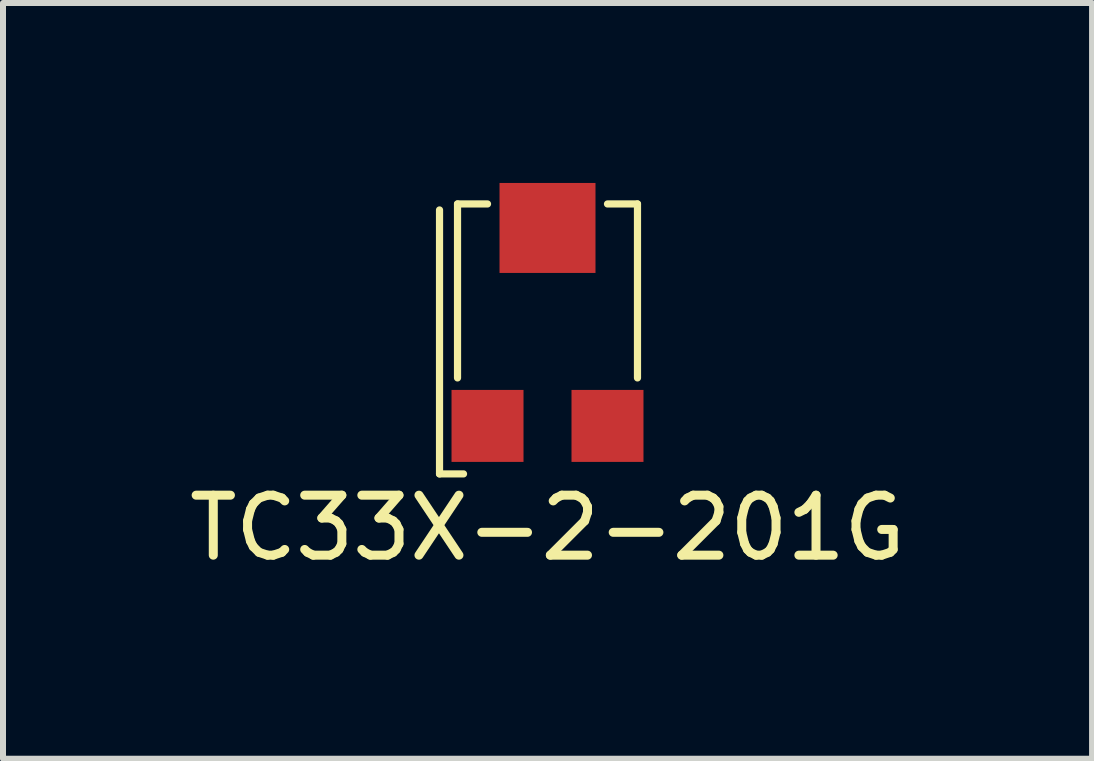
<source format=kicad_pcb>
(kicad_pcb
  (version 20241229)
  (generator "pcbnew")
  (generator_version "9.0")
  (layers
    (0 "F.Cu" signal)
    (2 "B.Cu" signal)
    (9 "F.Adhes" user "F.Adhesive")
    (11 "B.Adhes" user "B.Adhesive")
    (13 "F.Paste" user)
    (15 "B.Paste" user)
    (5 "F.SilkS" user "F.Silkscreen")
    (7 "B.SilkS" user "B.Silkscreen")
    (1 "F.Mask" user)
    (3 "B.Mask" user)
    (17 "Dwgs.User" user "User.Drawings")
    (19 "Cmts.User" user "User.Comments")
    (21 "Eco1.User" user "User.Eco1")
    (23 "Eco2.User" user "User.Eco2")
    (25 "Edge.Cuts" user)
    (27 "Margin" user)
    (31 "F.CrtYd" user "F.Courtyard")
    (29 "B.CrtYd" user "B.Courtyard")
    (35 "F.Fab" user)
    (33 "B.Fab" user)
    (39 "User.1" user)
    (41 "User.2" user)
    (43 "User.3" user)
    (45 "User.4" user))
  (footprint "TC33X-2-201G"
    (layer "F.Cu")
    (at 6.077 2.25)
    (property "Reference" "TC33X-2-201G" (at 0 3.5 0) (layer "F.SilkS") (effects (font (size 1 1) (thickness 0.15))))
    (attr through_hole)
    (fp_line (start -1.8 -1.8) (end -1.8 2.6) (stroke (width 0.12) (type solid)) (layer "F.SilkS"))
    (fp_line (start -1.8 2.6) (end -1.4 2.6) (stroke (width 0.12) (type solid)) (layer "F.SilkS"))
    (fp_line (start -1.5 -1.9) (end -1.5 1) (stroke (width 0.12) (type solid)) (layer "F.SilkS"))
    (fp_line (start -1.5 -1.9) (end -1 -1.9) (stroke (width 0.12) (type solid)) (layer "F.SilkS"))
    (fp_line (start 1 -1.9) (end 1.5 -1.9) (stroke (width 0.12) (type solid)) (layer "F.SilkS"))
    (fp_line (start 1.5 -1.9) (end 1.5 1) (stroke (width 0.12) (type solid)) (layer "F.SilkS"))
    (pad "1" smd rect (at -1 1.8) (size 1.2 1.2) (layers "F.Cu" "F.Mask" "F.Paste"))
    (pad "2" smd rect (at 0 -1.5) (size 1.6 1.5) (layers "F.Cu" "F.Mask" "F.Paste"))
    (pad "3" smd rect (at 1 1.8) (size 1.2 1.2) (layers "F.Cu" "F.Mask" "F.Paste")))
  (gr_rect
    (start -3 -3)
    (end 15.155 9.598)
    (stroke (width 0.1) (type default))
    (fill no)
    (layer "Edge.Cuts")))
</source>
